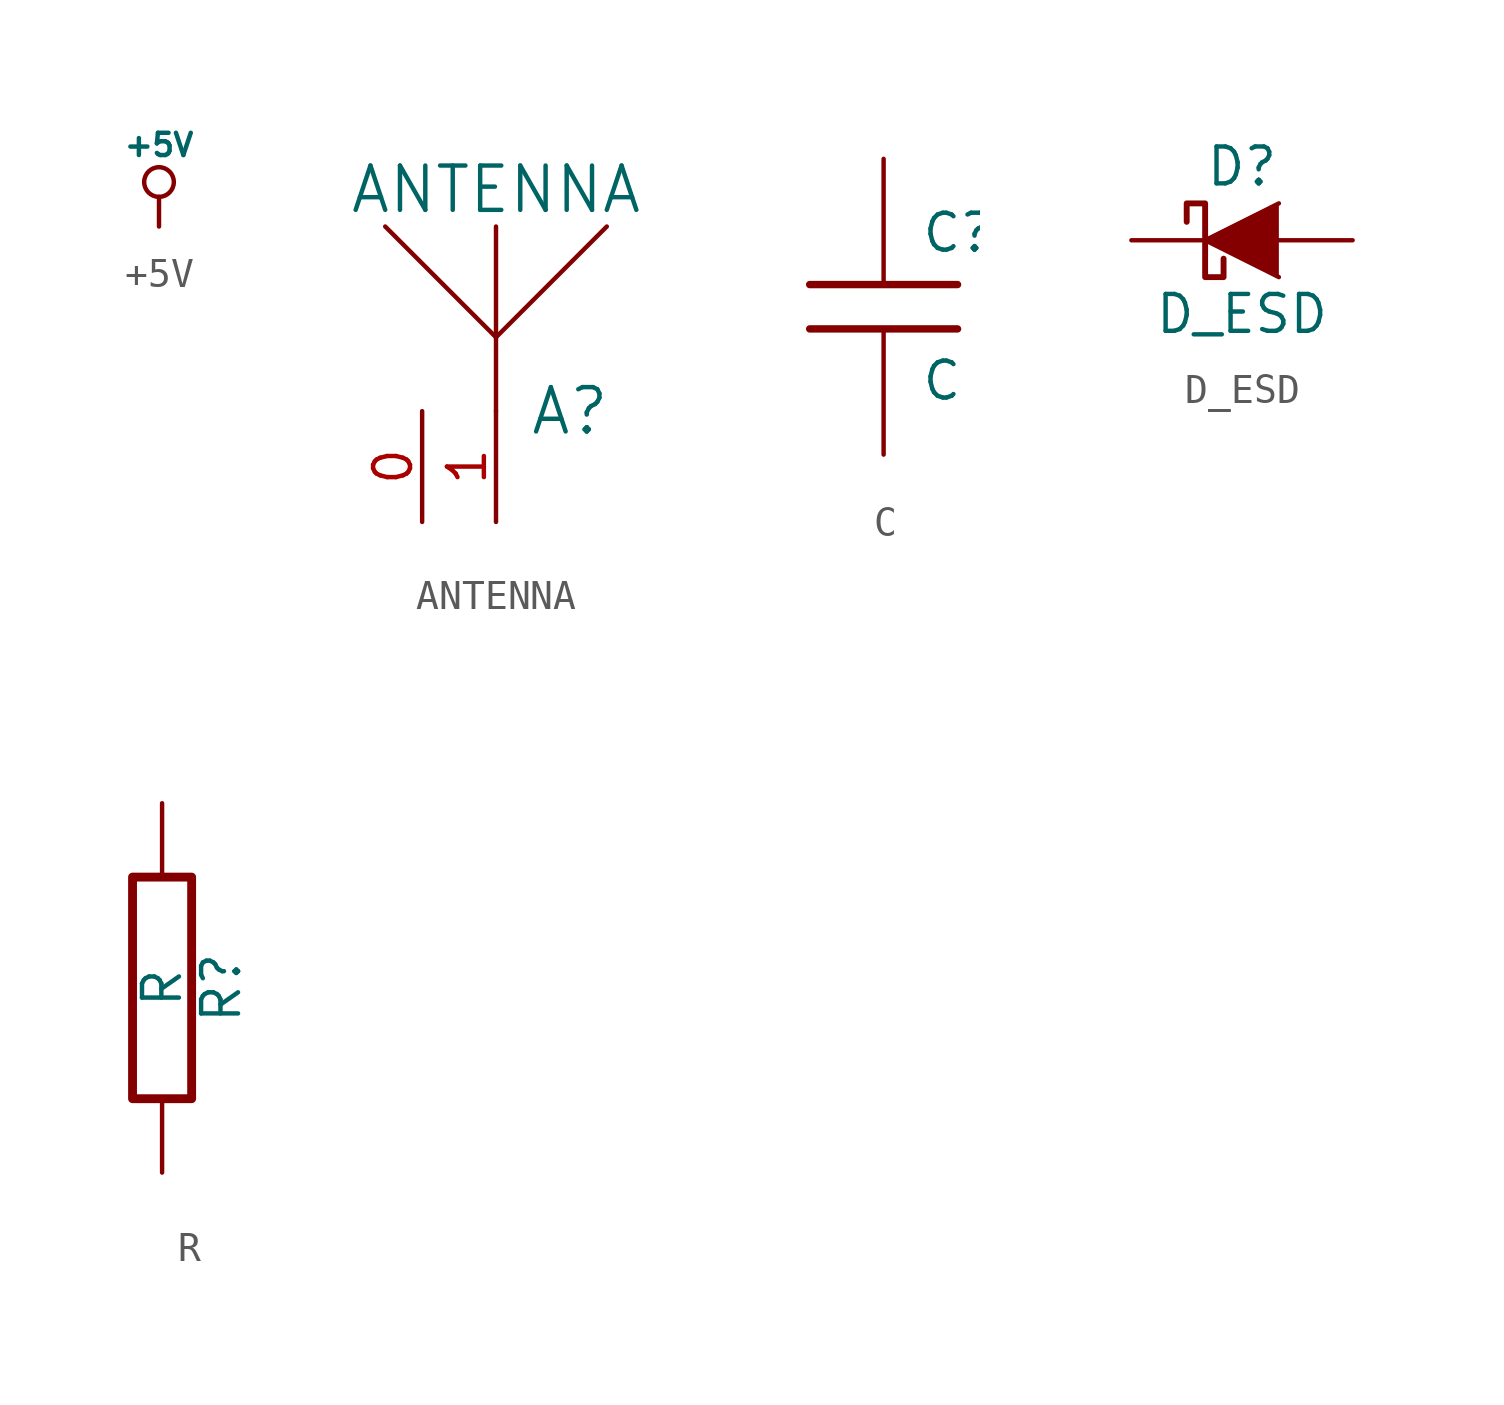
<source format=kicad_sym>
(kicad_symbol_lib
  (version 20220914)
  (generator kicad_symbol_editor)
  (symbol "+5V"
    (power)
    (pin_names
      (offset 0))
    (property "Reference" "#PWR"
      (at 0 -1.016 0)
      (effects (font (size 0.762 0.762)) hide))
    (property "Value" "+5V"
      (at 0 2.794 0)
      (effects (font (size 0.762 0.762))))
    (property "Footprint" ""
      (at 0 0 0)
      (effects (font (size 1.524 1.524))))
    (property "Datasheet" ""
      (at 0 0 0)
      (effects (font (size 1.524 1.524))))
    (symbol "+5V_0_0"
      (pin power_in line (at 0 0 90) (length 0) hide (name "+5V" (effects (font (size 0.762 0.762)))) (number "1" (effects (font (size 0.762 0.762))))))
    (symbol "+5V_0_1"
      (polyline (pts (xy 0 0) (xy 0 1.016) (xy 0 1.016)) (stroke (width 0) (type default)) (fill (type none)))
      (circle (center 0 1.524) (radius 0.508) (stroke (width 0) (type default)) (fill (type none)))))
  (symbol "ANTENNA"
    (pin_names
      (offset 1.016))
    (property "Reference" "A"
      (at 2.54 3.81 0)
      (effects (font (size 1.524 1.524))))
    (property "Value" "ANTENNA"
      (at 0 11.43 0)
      (effects (font (size 1.524 1.524))))
    (property "Footprint" ""
      (at 0 0 0)
      (effects (font (size 1.524 1.524))))
    (property "Datasheet" ""
      (at 0 0 0)
      (effects (font (size 1.524 1.524))))
    (symbol "ANTENNA_0_1"
      (polyline (pts (xy 0 6.35) (xy 0 10.16)) (stroke (width 0) (type default)) (fill (type none)))
      (polyline (pts (xy 0 6.35) (xy 3.81 10.16)) (stroke (width 0) (type default)) (fill (type none)))
      (polyline (pts (xy 0 3.81) (xy 0 6.35) (xy 0 6.35)) (stroke (width 0) (type default)) (fill (type none)))
      (polyline (pts (xy 0 6.35) (xy -3.81 10.16) (xy -3.81 10.16)) (stroke (width 0) (type default)) (fill (type none))))
    (symbol "ANTENNA_1_1"
      (pin input line (at -2.54 0 90) (length 3.81) (name "~" (effects (font (size 1.27 1.27)))) (number "0" (effects (font (size 1.27 1.27)))))
      (pin input line (at 0 0 90) (length 3.81) (name "~" (effects (font (size 1.27 1.27)))) (number "1" (effects (font (size 1.27 1.27)))))))
  (symbol "C"
    (pin_numbers hide)
    (pin_names
      (offset 0.254))
    (property "Reference" "C"
      (at 1.27 2.54 0)
      (effects (font (size 1.27 1.27)) (justify left)))
    (property "Value" "C"
      (at 1.27 -2.54 0)
      (effects (font (size 1.27 1.27)) (justify left)))
    (property "Footprint" ""
      (at 0 0 0)
      (effects (font (size 1.524 1.524))))
    (property "Datasheet" ""
      (at 0 0 0)
      (effects (font (size 1.524 1.524))))
    (symbol "C_0_1"
      (polyline (pts (xy -2.54 -0.762) (xy 2.54 -0.762)) (stroke (width 0.254) (type default)) (fill (type none)))
      (polyline (pts (xy -2.54 0.762) (xy 2.54 0.762)) (stroke (width 0.254) (type default)) (fill (type none))))
    (symbol "C_1_1"
      (pin passive line (at 0 5.08 270) (length 4.318) (name "~" (effects (font (size 1.016 1.016)))) (number "1" (effects (font (size 1.016 1.016)))))
      (pin passive line (at 0 -5.08 90) (length 4.318) (name "~" (effects (font (size 1.016 1.016)))) (number "2" (effects (font (size 1.016 1.016)))))))
  (symbol "D_ESD"
    (pin_numbers hide)
    (pin_names
      (offset 1.016) hide)
    (property "Reference" "D"
      (at 0 2.54 0)
      (effects (font (size 1.27 1.27))))
    (property "Value" "D_ESD"
      (at 0 -2.54 0)
      (effects (font (size 1.27 1.27))))
    (property "Footprint" ""
      (at 0 0 0)
      (effects (font (size 1.27 1.27))))
    (property "Datasheet" ""
      (at 0 0 0)
      (effects (font (size 1.27 1.27))))
    (symbol "D_ESD_0_1"
      (polyline (pts (xy 1.27 1.27) (xy -1.27 0) (xy 1.27 -1.27)) (stroke (width 0) (type solid)) (fill (type outline)))
      (polyline (pts (xy -1.905 0.635) (xy -1.905 1.27) (xy -1.27 1.27) (xy -1.27 -1.27) (xy -0.635 -1.27) (xy -0.635 -0.635)) (stroke (width 0.203) (type solid)) (fill (type none))))
    (symbol "D_ESD_1_1"
      (pin passive line (at 3.81 0 180) (length 2.54) (name "A" (effects (font (size 1.27 1.27)))) (number "1" (effects (font (size 1.27 1.27)))))
      (pin passive line (at -3.81 0 0) (length 2.54) (name "K" (effects (font (size 1.27 1.27)))) (number "2" (effects (font (size 1.27 1.27)))))))
  (symbol "R"
    (pin_numbers hide)
    (pin_names
      (offset 0))
    (property "Reference" "R"
      (at 2.032 0 90)
      (effects (font (size 1.27 1.27))))
    (property "Value" "R"
      (at 0 0 90)
      (effects (font (size 1.27 1.27))))
    (property "Footprint" ""
      (at 0 0 0)
      (effects (font (size 1.524 1.524))))
    (property "Datasheet" ""
      (at 0 0 0)
      (effects (font (size 1.524 1.524))))
    (symbol "R_0_1"
      (rectangle (start -1.016 3.81) (end 1.016 -3.81) (stroke (width 0.305) (type default)) (fill (type none))))
    (symbol "R_1_1"
      (pin passive line (at 0 6.35 270) (length 2.54) (name "~" (effects (font (size 1.524 1.524)))) (number "1" (effects (font (size 1.524 1.524)))))
      (pin passive line (at 0 -6.35 90) (length 2.54) (name "~" (effects (font (size 1.524 1.524)))) (number "2" (effects (font (size 1.524 1.524))))))))
</source>
